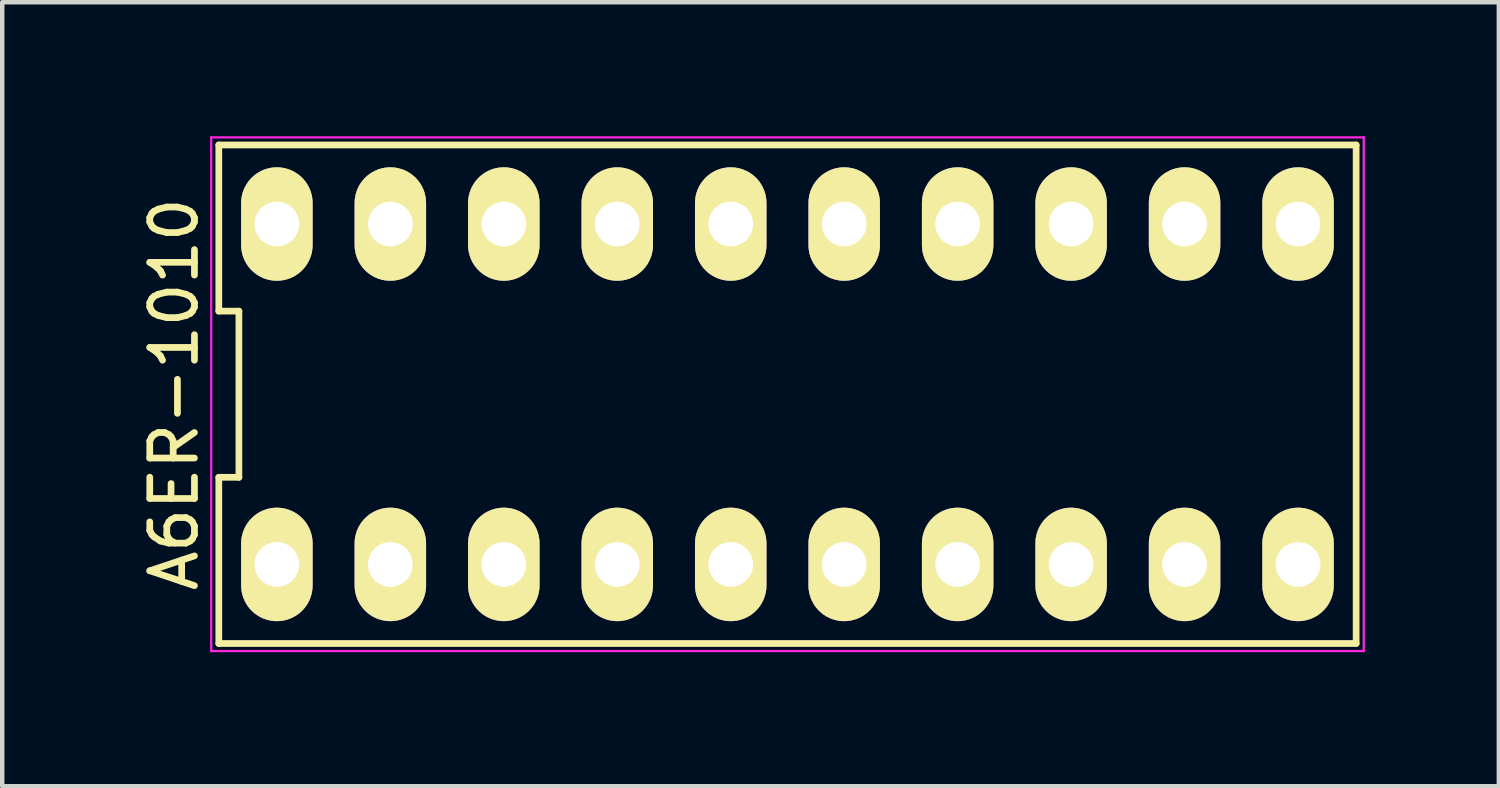
<source format=kicad_pcb>
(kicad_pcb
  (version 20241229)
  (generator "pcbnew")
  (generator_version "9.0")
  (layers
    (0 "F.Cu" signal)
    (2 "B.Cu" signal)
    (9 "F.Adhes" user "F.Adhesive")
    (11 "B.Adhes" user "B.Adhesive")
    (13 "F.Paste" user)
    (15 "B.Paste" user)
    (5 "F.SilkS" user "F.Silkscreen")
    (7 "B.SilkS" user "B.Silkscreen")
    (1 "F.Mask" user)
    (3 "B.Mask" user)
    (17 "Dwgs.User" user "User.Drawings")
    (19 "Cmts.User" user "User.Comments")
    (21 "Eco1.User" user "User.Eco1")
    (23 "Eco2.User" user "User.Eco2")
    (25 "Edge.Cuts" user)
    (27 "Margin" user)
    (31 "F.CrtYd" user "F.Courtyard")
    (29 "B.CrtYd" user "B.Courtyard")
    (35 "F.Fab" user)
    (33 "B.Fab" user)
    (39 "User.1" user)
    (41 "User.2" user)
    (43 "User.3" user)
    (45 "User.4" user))
  (footprint "A6ER-1010"
    (layer "F.Cu")
    (at 14.578 5.775)
    (property "Reference" "A6ER-1010" (at -13.73 0 90) (layer "F.SilkS") (effects (font (size 1 1) (thickness 0.15))))
    (attr through_hole)
    (fp_line (start -12.73 -5.58) (end -12.73 -1.86) (stroke (width 0.15) (type solid)) (layer "F.SilkS"))
    (fp_line (start -12.73 -1.86) (end -12.28 -1.86) (stroke (width 0.15) (type solid)) (layer "F.SilkS"))
    (fp_line (start -12.73 1.86) (end -12.73 5.58) (stroke (width 0.15) (type solid)) (layer "F.SilkS"))
    (fp_line (start -12.73 5.58) (end 12.73 5.58) (stroke (width 0.15) (type solid)) (layer "F.SilkS"))
    (fp_line (start -12.28 -1.86) (end -12.28 1.86) (stroke (width 0.15) (type solid)) (layer "F.SilkS"))
    (fp_line (start -12.28 1.86) (end -12.73 1.86) (stroke (width 0.15) (type solid)) (layer "F.SilkS"))
    (fp_line (start 12.73 -5.58) (end -12.73 -5.58) (stroke (width 0.15) (type solid)) (layer "F.SilkS"))
    (fp_line (start 12.73 5.58) (end 12.73 -5.58) (stroke (width 0.15) (type solid)) (layer "F.SilkS"))
    (fp_line (start -12.9 -5.75) (end 12.9 -5.75) (stroke (width 0.05) (type solid)) (layer "F.CrtYd"))
    (fp_line (start -12.9 5.75) (end -12.9 -5.75) (stroke (width 0.05) (type solid)) (layer "F.CrtYd"))
    (fp_line (start 12.9 -5.75) (end 12.9 5.75) (stroke (width 0.05) (type solid)) (layer "F.CrtYd"))
    (fp_line (start 12.9 5.75) (end -12.9 5.75) (stroke (width 0.05) (type solid)) (layer "F.CrtYd"))
    (pad "1" thru_hole oval (at -11.43 3.81) (size 1.6 2.54) (drill 1) (layers "*.Cu" "*.Mask" "F.SilkS"))
    (pad "2" thru_hole oval (at -8.89 3.81) (size 1.6 2.54) (drill 1) (layers "*.Cu" "*.Mask" "F.SilkS"))
    (pad "3" thru_hole oval (at -6.35 3.81) (size 1.6 2.54) (drill 1) (layers "*.Cu" "*.Mask" "F.SilkS"))
    (pad "4" thru_hole oval (at -3.81 3.81) (size 1.6 2.54) (drill 1) (layers "*.Cu" "*.Mask" "F.SilkS"))
    (pad "5" thru_hole oval (at -1.27 3.81) (size 1.6 2.54) (drill 1) (layers "*.Cu" "*.Mask" "F.SilkS"))
    (pad "6" thru_hole oval (at 1.27 3.81) (size 1.6 2.54) (drill 1) (layers "*.Cu" "*.Mask" "F.SilkS"))
    (pad "7" thru_hole oval (at 3.81 3.81) (size 1.6 2.54) (drill 1) (layers "*.Cu" "*.Mask" "F.SilkS"))
    (pad "8" thru_hole oval (at 6.35 3.81) (size 1.6 2.54) (drill 1) (layers "*.Cu" "*.Mask" "F.SilkS"))
    (pad "9" thru_hole oval (at 8.89 3.81) (size 1.6 2.54) (drill 1) (layers "*.Cu" "*.Mask" "F.SilkS"))
    (pad "10" thru_hole oval (at 11.43 3.81) (size 1.6 2.54) (drill 1) (layers "*.Cu" "*.Mask" "F.SilkS"))
    (pad "11" thru_hole oval (at 11.43 -3.81) (size 1.6 2.54) (drill 1) (layers "*.Cu" "*.Mask" "F.SilkS"))
    (pad "12" thru_hole oval (at 8.89 -3.81) (size 1.6 2.54) (drill 1) (layers "*.Cu" "*.Mask" "F.SilkS"))
    (pad "13" thru_hole oval (at 6.35 -3.81) (size 1.6 2.54) (drill 1) (layers "*.Cu" "*.Mask" "F.SilkS"))
    (pad "14" thru_hole oval (at 3.81 -3.81) (size 1.6 2.54) (drill 1) (layers "*.Cu" "*.Mask" "F.SilkS"))
    (pad "15" thru_hole oval (at 1.27 -3.81) (size 1.6 2.54) (drill 1) (layers "*.Cu" "*.Mask" "F.SilkS"))
    (pad "16" thru_hole oval (at -1.27 -3.81) (size 1.6 2.54) (drill 1) (layers "*.Cu" "*.Mask" "F.SilkS"))
    (pad "17" thru_hole oval (at -3.81 -3.81) (size 1.6 2.54) (drill 1) (layers "*.Cu" "*.Mask" "F.SilkS"))
    (pad "18" thru_hole oval (at -6.35 -3.81) (size 1.6 2.54) (drill 1) (layers "*.Cu" "*.Mask" "F.SilkS"))
    (pad "19" thru_hole oval (at -8.89 -3.81) (size 1.6 2.54) (drill 1) (layers "*.Cu" "*.Mask" "F.SilkS"))
    (pad "20" thru_hole oval (at -11.43 -3.81) (size 1.6 2.54) (drill 1) (layers "*.Cu" "*.Mask" "F.SilkS")))
  (gr_rect
    (start -3 -3)
    (end 30.503 14.55)
    (stroke (width 0.1) (type default))
    (fill no)
    (layer "Edge.Cuts")))
</source>
